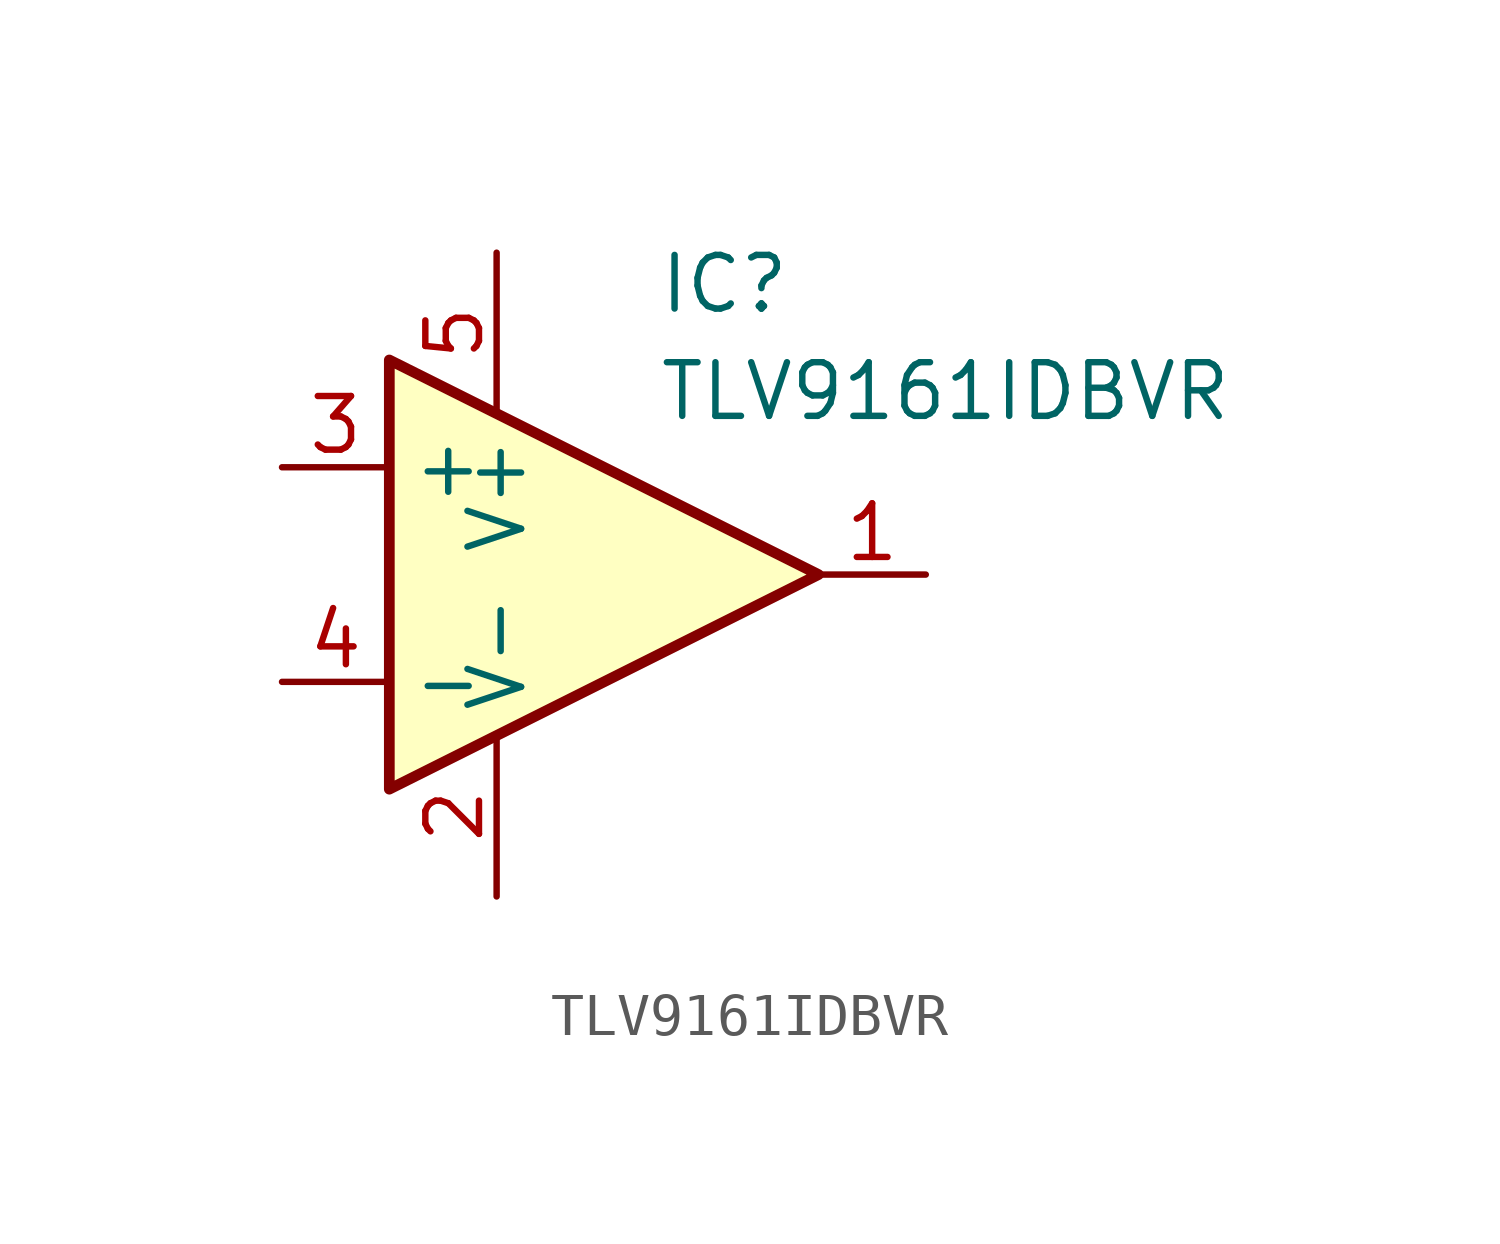
<source format=kicad_sym>
(kicad_symbol_lib
  (version 20220914)
  (generator kicad_symbol_editor)
  (symbol "TLV9161IDBVR"
    (property "Reference" "IC"
      (at 3.81 7.62 0)
      (effects (font (size 1.27 1.27)) (justify left top)))
    (property "Value" "TLV9161IDBVR"
      (at 3.81 5.08 0)
      (effects (font (size 1.27 1.27)) (justify left top)))
    (symbol "TLV9161IDBVR_0_1"
      (polyline (pts (xy 7.62 0) (xy -2.54 5.08) (xy -2.54 -5.08) (xy 7.62 0)) (stroke (width 0.254) (type default)) (fill (type background))))
    (symbol "TLV9161IDBVR_1_1"
      (pin output line (at 10.16 0 180) (length 2.54) (name "~" (effects (font (size 1.27 1.27)))) (number "1" (effects (font (size 1.27 1.27)))))
      (pin power_in line (at 0 -7.62 90) (length 3.81) (name "V-" (effects (font (size 1.27 1.27)))) (number "2" (effects (font (size 1.27 1.27)))))
      (pin input line (at -5.08 2.54 0) (length 2.54) (name "+" (effects (font (size 1.27 1.27)))) (number "3" (effects (font (size 1.27 1.27)))))
      (pin input line (at -5.08 -2.54 0) (length 2.54) (name "-" (effects (font (size 1.27 1.27)))) (number "4" (effects (font (size 1.27 1.27)))))
      (pin power_in line (at 0 7.62 270) (length 3.81) (name "V+" (effects (font (size 1.27 1.27)))) (number "5" (effects (font (size 1.27 1.27))))))))
</source>
